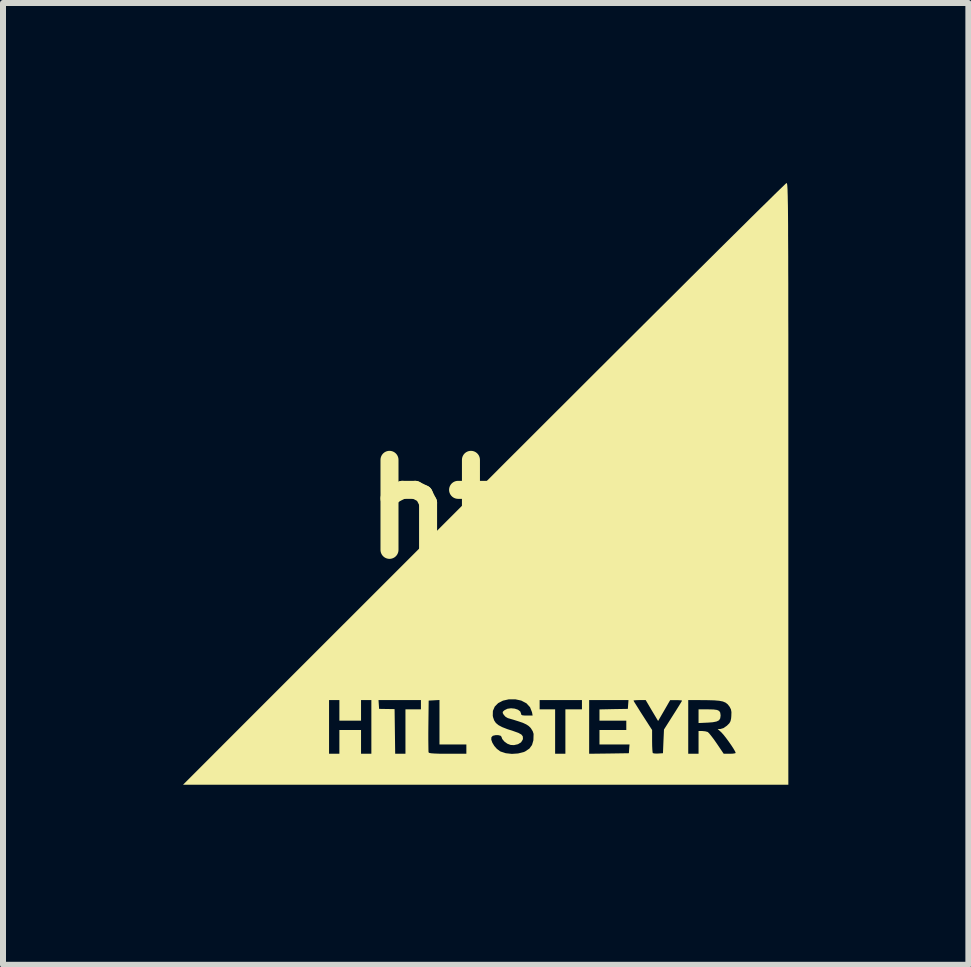
<source format=kicad_pcb>
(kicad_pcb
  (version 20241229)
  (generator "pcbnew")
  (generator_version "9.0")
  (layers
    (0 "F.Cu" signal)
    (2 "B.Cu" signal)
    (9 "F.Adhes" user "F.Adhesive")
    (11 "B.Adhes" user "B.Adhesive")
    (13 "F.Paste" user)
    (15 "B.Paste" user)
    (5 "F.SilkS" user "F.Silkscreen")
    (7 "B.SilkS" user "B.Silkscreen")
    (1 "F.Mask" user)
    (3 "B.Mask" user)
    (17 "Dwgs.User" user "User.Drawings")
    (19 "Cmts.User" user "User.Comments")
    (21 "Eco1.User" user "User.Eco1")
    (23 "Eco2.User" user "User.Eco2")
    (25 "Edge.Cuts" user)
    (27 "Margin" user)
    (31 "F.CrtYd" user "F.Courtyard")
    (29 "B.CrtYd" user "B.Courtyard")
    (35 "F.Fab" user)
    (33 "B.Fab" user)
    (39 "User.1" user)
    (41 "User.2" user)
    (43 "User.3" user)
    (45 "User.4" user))
  (footprint "htl"
    (layer "F.Cu")
    (at 4.583 5.434)
    (property "Reference" "htl" (at 0 0 0) (layer "F.SilkS") (effects (font (size 1.5 1.5) (thickness 0.3))))
    (attr board_only exclude_from_pos_files exclude_from_bom)
    (fp_poly (pts (xy 4.256 3.338) (xy 4.315 3.346) (xy 4.35 3.363) (xy 4.368 3.39) (xy 4.374 3.433) (xy 4.374 3.441) (xy 4.368 3.486) (xy 4.348 3.518) (xy 4.308 3.538) (xy 4.243 3.551) (xy 4.162 3.557) (xy 4.007 3.564) (xy 4.007 3.45) (xy 4.007 3.336) (xy 4.168 3.336)) (stroke (width 0) (type solid)) (fill yes) (layer "F.SilkS"))
    (fp_poly (pts (xy 5.476 -5.433) (xy 5.479 -5.429) (xy 5.481 -5.42) (xy 5.484 -5.407) (xy 5.486 -5.386) (xy 5.488 -5.358) (xy 5.49 -5.321) (xy 5.491 -5.275) (xy 5.493 -5.217) (xy 5.494 -5.146) (xy 5.496 -5.062) (xy 5.497 -4.964) (xy 5.498 -4.85) (xy 5.499 -4.718) (xy 5.499 -4.569) (xy 5.5 -4.4) (xy 5.501 -4.211) (xy 5.501 -4.001) (xy 5.502 -3.767) (xy 5.502 -3.51) (xy 5.502 -3.228) (xy 5.503 -2.919) (xy 5.503 -2.583) (xy 5.503 -2.219) (xy 5.503 -1.825) (xy 5.503 -1.4) (xy 5.503 -0.943) (xy 5.503 -0.453) (xy 5.503 -0.421) (xy 5.503 4.592) (xy 0.46 4.592) (xy -4.583 4.592) (xy -3.173 3.181) (xy -2.15 3.181) (xy -2.15 3.629) (xy -2.15 4.076) (xy -2.064 4.076) (xy -1.978 4.076) (xy -1.978 3.878) (xy -1.978 3.68) (xy -1.797 3.68) (xy -1.617 3.68) (xy -1.617 3.878) (xy -1.617 4.076) (xy -1.531 4.076) (xy -1.445 4.076) (xy -1.445 3.629) (xy -1.445 3.181) (xy -1.326 3.181) (xy -1.321 3.255) (xy -1.316 3.328) (xy -1.187 3.33) (xy -1.058 3.332) (xy -1.053 3.704) (xy -1.048 4.076) (xy -0.963 4.076) (xy -0.877 4.076) (xy -0.877 3.836) (xy -0.496 3.836) (xy -0.495 3.927) (xy -0.494 3.997) (xy -0.493 4.041) (xy -0.491 4.054) (xy -0.479 4.062) (xy -0.448 4.068) (xy -0.394 4.072) (xy -0.314 4.075) (xy -0.204 4.076) (xy -0.173 4.076) (xy 0.138 4.076) (xy 0.138 3.998) (xy 0.138 3.921) (xy -0.086 3.921) (xy -0.31 3.921) (xy -0.31 3.841) (xy 0.553 3.841) (xy 0.571 3.892) (xy 0.603 3.945) (xy 0.646 3.994) (xy 0.698 4.033) (xy 0.709 4.039) (xy 0.795 4.067) (xy 0.896 4.078) (xy 1 4.071) (xy 1.093 4.048) (xy 1.118 4.037) (xy 1.188 3.99) (xy 1.232 3.93) (xy 1.255 3.851) (xy 1.258 3.748) (xy 1.258 3.745) (xy 1.245 3.703) (xy 1.216 3.655) (xy 1.204 3.64) (xy 1.176 3.613) (xy 1.138 3.588) (xy 1.087 3.564) (xy 1.017 3.539) (xy 0.922 3.509) (xy 0.829 3.482) (xy 0.791 3.46) (xy 0.761 3.427) (xy 0.743 3.395) (xy 0.747 3.374) (xy 0.772 3.351) (xy 0.822 3.326) (xy 0.882 3.318) (xy 0.944 3.324) (xy 0.998 3.342) (xy 1.036 3.371) (xy 1.049 3.406) (xy 1.053 3.425) (xy 1.072 3.435) (xy 1.112 3.439) (xy 1.146 3.439) (xy 1.242 3.439) (xy 1.232 3.384) (xy 1.199 3.3) (xy 1.139 3.235) (xy 1.053 3.19) (xy 1.013 3.181) (xy 1.359 3.181) (xy 1.359 3.259) (xy 1.359 3.336) (xy 1.488 3.336) (xy 1.617 3.336) (xy 1.617 3.706) (xy 1.617 4.076) (xy 1.703 4.076) (xy 1.788 4.076) (xy 1.788 3.706) (xy 1.788 3.336) (xy 1.926 3.336) (xy 2.064 3.336) (xy 2.064 3.259) (xy 2.064 3.181) (xy 2.184 3.181) (xy 2.184 3.629) (xy 2.184 4.076) (xy 2.515 4.072) (xy 2.846 4.067) (xy 2.851 3.994) (xy 2.857 3.921) (xy 2.606 3.921) (xy 2.356 3.921) (xy 2.356 3.801) (xy 2.356 3.68) (xy 2.58 3.68) (xy 2.803 3.68) (xy 2.803 3.603) (xy 2.803 3.525) (xy 2.58 3.525) (xy 2.356 3.525) (xy 2.356 3.431) (xy 2.356 3.337) (xy 2.592 3.332) (xy 2.829 3.328) (xy 2.834 3.255) (xy 2.839 3.19) (xy 2.923 3.19) (xy 2.932 3.207) (xy 2.957 3.247) (xy 2.994 3.306) (xy 3.04 3.38) (xy 3.078 3.439) (xy 3.233 3.68) (xy 3.233 3.867) (xy 3.234 3.944) (xy 3.237 4.007) (xy 3.241 4.051) (xy 3.245 4.065) (xy 3.269 4.071) (xy 3.313 4.073) (xy 3.336 4.072) (xy 3.414 4.067) (xy 3.422 3.869) (xy 3.431 3.672) (xy 3.581 3.435) (xy 3.632 3.355) (xy 3.675 3.286) (xy 3.708 3.232) (xy 3.728 3.199) (xy 3.732 3.19) (xy 3.716 3.186) (xy 3.676 3.183) (xy 3.633 3.182) (xy 3.534 3.182) (xy 3.434 3.356) (xy 3.333 3.53) (xy 3.229 3.356) (xy 3.126 3.181) (xy 3.835 3.181) (xy 3.835 3.629) (xy 3.835 4.076) (xy 3.921 4.076) (xy 4.007 4.076) (xy 4.007 3.887) (xy 4.007 3.697) (xy 4.068 3.697) (xy 4.119 3.702) (xy 4.159 3.713) (xy 4.161 3.714) (xy 4.183 3.735) (xy 4.218 3.778) (xy 4.263 3.837) (xy 4.309 3.903) (xy 4.426 4.076) (xy 4.526 4.076) (xy 4.579 4.074) (xy 4.616 4.068) (xy 4.626 4.063) (xy 4.616 4.037) (xy 4.59 3.992) (xy 4.553 3.935) (xy 4.509 3.872) (xy 4.464 3.811) (xy 4.423 3.759) (xy 4.391 3.724) (xy 4.39 3.722) (xy 4.325 3.663) (xy 4.373 3.663) (xy 4.423 3.648) (xy 4.48 3.608) (xy 4.483 3.605) (xy 4.52 3.568) (xy 4.54 3.532) (xy 4.55 3.485) (xy 4.553 3.446) (xy 4.555 3.382) (xy 4.547 3.337) (xy 4.527 3.297) (xy 4.519 3.285) (xy 4.491 3.25) (xy 4.457 3.224) (xy 4.412 3.205) (xy 4.351 3.193) (xy 4.269 3.186) (xy 4.16 3.183) (xy 4.097 3.182) (xy 3.835 3.181) (xy 3.126 3.181) (xy 3.025 3.181) (xy 2.971 3.183) (xy 2.934 3.186) (xy 2.923 3.19) (xy 2.839 3.19) (xy 2.839 3.181) (xy 2.512 3.181) (xy 2.184 3.181) (xy 2.064 3.181) (xy 1.711 3.181) (xy 1.359 3.181) (xy 1.013 3.181) (xy 0.956 3.169) (xy 0.844 3.169) (xy 0.747 3.191) (xy 0.668 3.232) (xy 0.611 3.29) (xy 0.58 3.362) (xy 0.578 3.444) (xy 0.584 3.471) (xy 0.602 3.522) (xy 0.63 3.563) (xy 0.673 3.599) (xy 0.735 3.632) (xy 0.822 3.666) (xy 0.927 3.7) (xy 1.005 3.728) (xy 1.054 3.755) (xy 1.078 3.785) (xy 1.081 3.823) (xy 1.077 3.842) (xy 1.049 3.886) (xy 0.998 3.917) (xy 0.931 3.932) (xy 0.875 3.929) (xy 0.822 3.909) (xy 0.772 3.873) (xy 0.736 3.83) (xy 0.722 3.791) (xy 0.707 3.775) (xy 0.67 3.766) (xy 0.624 3.766) (xy 0.579 3.776) (xy 0.578 3.777) (xy 0.555 3.801) (xy 0.553 3.841) (xy -0.31 3.841) (xy -0.31 3.55) (xy -0.31 3.18) (xy -0.4 3.185) (xy -0.49 3.19) (xy -0.495 3.611) (xy -0.496 3.729) (xy -0.496 3.836) (xy -0.877 3.836) (xy -0.877 3.706) (xy -0.877 3.336) (xy -0.748 3.336) (xy -0.619 3.336) (xy -0.619 3.259) (xy -0.619 3.181) (xy -0.973 3.181) (xy -1.326 3.181) (xy -1.445 3.181) (xy -1.531 3.181) (xy -1.617 3.181) (xy -1.617 3.353) (xy -1.617 3.525) (xy -1.797 3.525) (xy -1.978 3.525) (xy -1.978 3.353) (xy -1.978 3.181) (xy -2.064 3.181) (xy -2.15 3.181) (xy -3.173 3.181) (xy 0.43 -0.421) (xy 0.797 -0.789) (xy 1.156 -1.147) (xy 1.506 -1.497) (xy 1.846 -1.836) (xy 2.175 -2.165) (xy 2.493 -2.482) (xy 2.799 -2.787) (xy 3.092 -3.079) (xy 3.372 -3.358) (xy 3.638 -3.622) (xy 3.888 -3.872) (xy 4.123 -4.105) (xy 4.342 -4.323) (xy 4.544 -4.523) (xy 4.728 -4.705) (xy 4.893 -4.869) (xy 5.039 -5.013) (xy 5.166 -5.137) (xy 5.271 -5.241) (xy 5.355 -5.323) (xy 5.418 -5.383) (xy 5.457 -5.421) (xy 5.473 -5.434) (xy 5.473 -5.434)) (stroke (width 0) (type solid)) (fill yes) (layer "F.SilkS")))
  (gr_rect
    (start -3 -3)
    (end 13.086 13.026)
    (stroke (width 0.1) (type default))
    (fill no)
    (layer "Edge.Cuts")))
</source>
